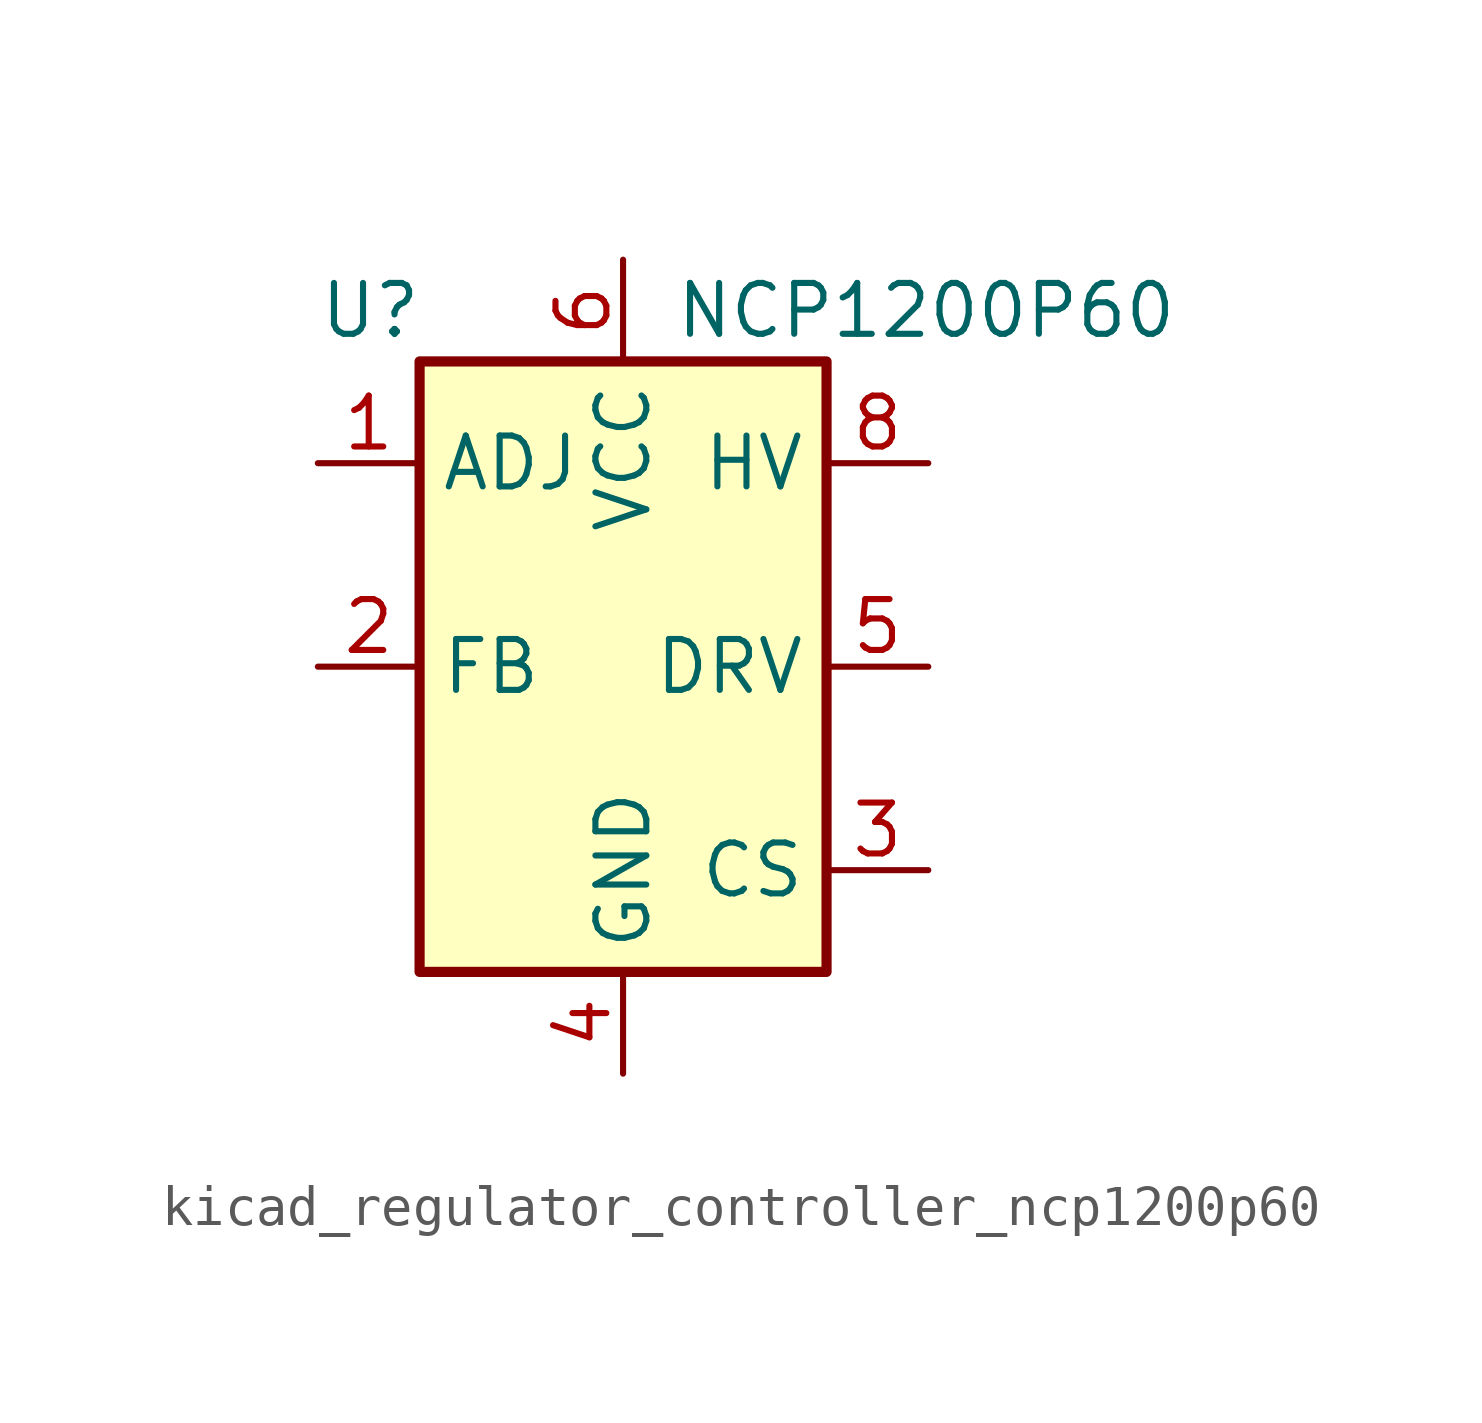
<source format=kicad_sym>
(kicad_symbol_lib
  (version 20220914)
  (generator kicad_symbol_editor)
  (symbol "kicad_regulator_controller_ncp1200p60"
    (property "Reference" "U"
      (at -7.62 8.89 0)
      (effects (font (size 1.27 1.27)) (justify left)))
    (property "Value" "NCP1200P60"
      (at 1.27 8.89 0)
      (effects (font (size 1.27 1.27)) (justify left)))
    (symbol "kicad_regulator_controller_ncp1200p60_0_0"
      (rectangle (start -5.08 7.62) (end 5.08 -7.62) (stroke (width 0.254) (type default)) (fill (type background))))
    (symbol "kicad_regulator_controller_ncp1200p60_1_1"
      (pin input line (at -7.62 5.08 0) (length 2.54) (name "ADJ" (effects (font (size 1.27 1.27)))) (number "1" (effects (font (size 1.27 1.27)))))
      (pin input line (at -7.62 0 0) (length 2.54) (name "FB" (effects (font (size 1.27 1.27)))) (number "2" (effects (font (size 1.27 1.27)))))
      (pin input line (at 7.62 -5.08 180) (length 2.54) (name "CS" (effects (font (size 1.27 1.27)))) (number "3" (effects (font (size 1.27 1.27)))))
      (pin power_in line (at 0 -10.16 90) (length 2.54) (name "GND" (effects (font (size 1.27 1.27)))) (number "4" (effects (font (size 1.27 1.27)))))
      (pin output line (at 7.62 0 180) (length 2.54) (name "DRV" (effects (font (size 1.27 1.27)))) (number "5" (effects (font (size 1.27 1.27)))))
      (pin power_in line (at 0 10.16 270) (length 2.54) (name "VCC" (effects (font (size 1.27 1.27)))) (number "6" (effects (font (size 1.27 1.27)))))
      (pin no_connect line (at -5.08 2.54 0) (length 2.54) hide (name "NC" (effects (font (size 1.27 1.27)))) (number "7" (effects (font (size 1.27 1.27)))))
      (pin input line (at 7.62 5.08 180) (length 2.54) (name "HV" (effects (font (size 1.27 1.27)))) (number "8" (effects (font (size 1.27 1.27))))))))
</source>
